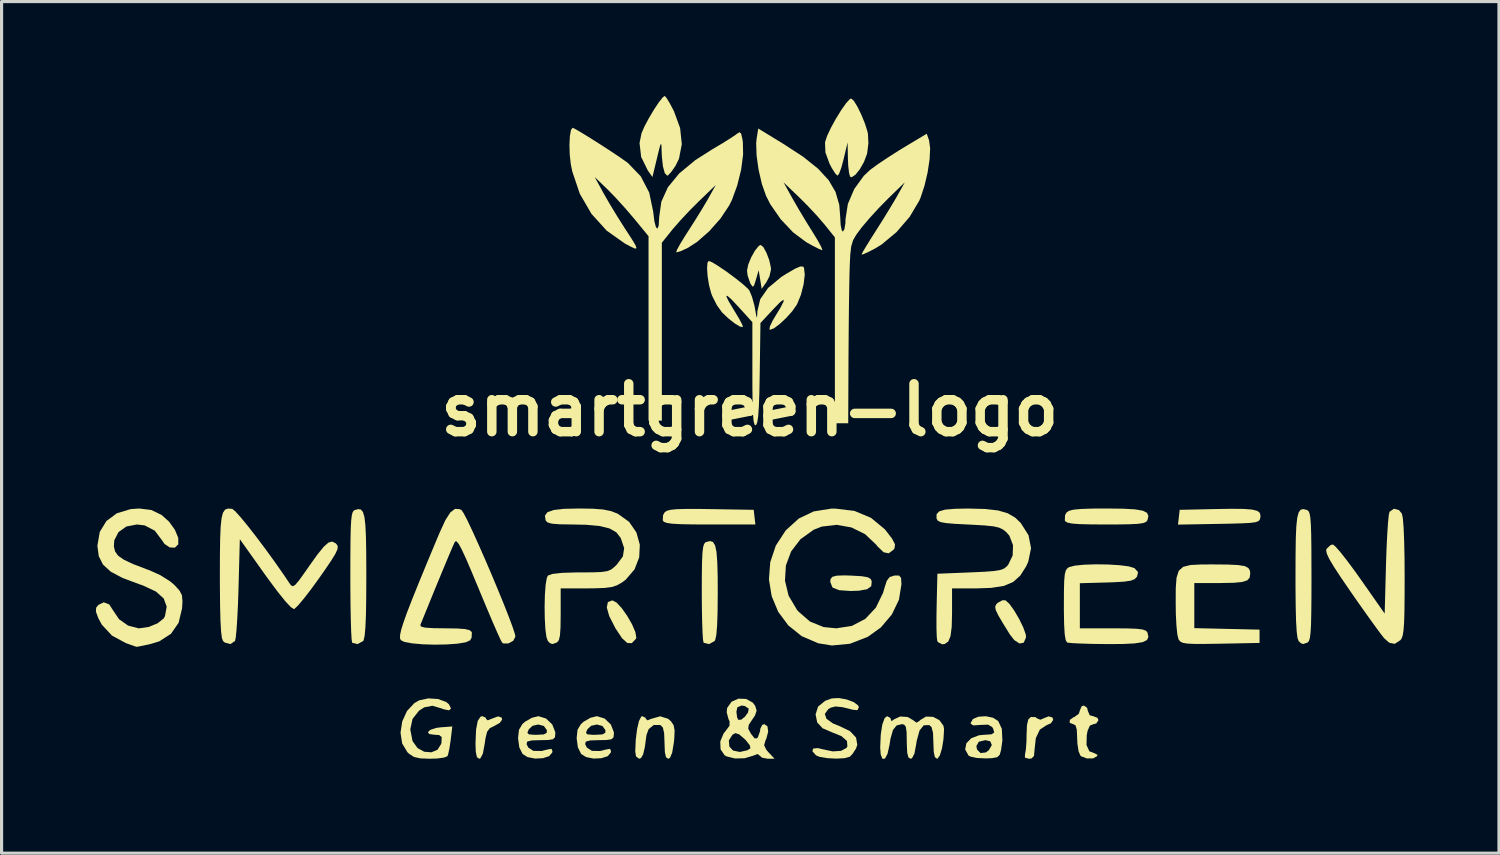
<source format=kicad_pcb>
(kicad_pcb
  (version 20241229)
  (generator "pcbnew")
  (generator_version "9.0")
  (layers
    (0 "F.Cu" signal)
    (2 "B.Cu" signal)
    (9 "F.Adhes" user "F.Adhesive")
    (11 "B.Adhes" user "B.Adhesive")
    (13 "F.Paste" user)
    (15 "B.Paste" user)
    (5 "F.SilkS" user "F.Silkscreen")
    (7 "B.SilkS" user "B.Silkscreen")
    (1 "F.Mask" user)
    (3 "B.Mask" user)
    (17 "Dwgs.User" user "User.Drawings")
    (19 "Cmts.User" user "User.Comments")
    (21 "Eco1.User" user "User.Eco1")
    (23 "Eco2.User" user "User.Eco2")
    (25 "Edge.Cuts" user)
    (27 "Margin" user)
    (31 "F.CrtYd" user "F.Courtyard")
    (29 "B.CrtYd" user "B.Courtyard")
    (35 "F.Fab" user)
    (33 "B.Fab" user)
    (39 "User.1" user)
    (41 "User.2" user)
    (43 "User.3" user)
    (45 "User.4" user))
  (footprint "smartgreen-logo"
    (layer "F.Cu")
    (at 20.791 9.988)
    (property "Reference" "smartgreen-logo" (at 0 0 0) (layer "F.SilkS") (effects (font (size 1.524 1.524) (thickness 0.3))))
    (attr board_only exclude_from_pos_files exclude_from_bom)
    (fp_poly (pts (xy -4.234 6.124) (xy -4.067 6.304) (xy -3.894 6.55) (xy -3.741 6.817) (xy -3.636 7.062) (xy -3.606 7.239) (xy -3.619 7.278) (xy -3.749 7.414) (xy -3.891 7.411) (xy -4.058 7.26) (xy -4.262 6.954) (xy -4.273 6.936) (xy -4.466 6.557) (xy -4.545 6.279) (xy -4.509 6.108) (xy -4.367 6.054)) (stroke (width 0) (type solid)) (fill yes) (layer "F.SilkS"))
    (fp_poly (pts (xy 3.236 5.267) (xy 3.561 5.286) (xy 3.753 5.318) (xy 3.848 5.374) (xy 3.881 5.451) (xy 3.865 5.604) (xy 3.735 5.7) (xy 3.472 5.747) (xy 3.207 5.756) (xy 2.848 5.731) (xy 2.646 5.652) (xy 2.626 5.631) (xy 2.561 5.463) (xy 2.572 5.374) (xy 2.632 5.304) (xy 2.77 5.268) (xy 3.019 5.26)) (stroke (width 0) (type solid)) (fill yes) (layer "F.SilkS"))
    (fp_poly (pts (xy -1.573 3.147) (xy -1.237 3.152) (xy 0.127 3.175) (xy 0.154 3.408) (xy 0.181 3.641) (xy -1.267 3.641) (xy -1.807 3.639) (xy -2.2 3.631) (xy -2.469 3.616) (xy -2.638 3.591) (xy -2.73 3.555) (xy -2.764 3.513) (xy -2.756 3.346) (xy -2.707 3.257) (xy -2.64 3.208) (xy -2.518 3.174) (xy -2.316 3.154) (xy -2.009 3.146)) (stroke (width 0) (type solid)) (fill yes) (layer "F.SilkS"))
    (fp_poly (pts (xy 8.134 6.053) (xy 8.257 6.162) (xy 8.411 6.377) (xy 8.569 6.646) (xy 8.701 6.918) (xy 8.78 7.14) (xy 8.788 7.231) (xy 8.715 7.399) (xy 8.581 7.426) (xy 8.414 7.318) (xy 8.274 7.139) (xy 8.049 6.775) (xy 7.903 6.526) (xy 7.826 6.365) (xy 7.806 6.263) (xy 7.833 6.191) (xy 7.883 6.135) (xy 8.037 6.05)) (stroke (width 0) (type solid)) (fill yes) (layer "F.SilkS"))
    (fp_poly (pts (xy 15.711 3.146) (xy 15.98 3.167) (xy 16.144 3.209) (xy 16.225 3.275) (xy 16.244 3.369) (xy 16.24 3.411) (xy 16.224 3.482) (xy 16.181 3.533) (xy 16.087 3.568) (xy 15.915 3.591) (xy 15.641 3.605) (xy 15.239 3.616) (xy 14.917 3.622) (xy 13.62 3.645) (xy 13.647 3.41) (xy 13.674 3.175) (xy 14.774 3.151) (xy 15.317 3.142)) (stroke (width 0) (type solid)) (fill yes) (layer "F.SilkS"))
    (fp_poly (pts (xy 0.437 -5.176) (xy 0.535 -4.995) (xy 0.622 -4.764) (xy 0.672 -4.539) (xy 0.677 -4.467) (xy 0.629 -4.253) (xy 0.529 -4.062) (xy 0.381 -3.852) (xy 0.333 -4.149) (xy 0.285 -4.445) (xy 0.2 -4.149) (xy 0.14 -3.961) (xy 0.095 -3.919) (xy 0.033 -4.004) (xy 0.015 -4.037) (xy -0.066 -4.275) (xy -0.085 -4.435) (xy -0.046 -4.626) (xy 0.049 -4.857) (xy 0.171 -5.073) (xy 0.29 -5.219) (xy 0.351 -5.249)) (stroke (width 0) (type solid)) (fill yes) (layer "F.SilkS"))
    (fp_poly (pts (xy 9.628 9.778) (xy 9.652 9.854) (xy 9.58 9.961) (xy 9.437 10.026) (xy 9.228 10.162) (xy 9.099 10.436) (xy 9.059 10.801) (xy 9.041 11.001) (xy 8.965 11.081) (xy 8.881 11.091) (xy 8.752 11.056) (xy 8.754 10.957) (xy 8.782 10.803) (xy 8.801 10.544) (xy 8.805 10.32) (xy 8.818 10.014) (xy 8.86 9.84) (xy 8.941 9.764) (xy 9.086 9.765) (xy 9.134 9.805) (xy 9.243 9.85) (xy 9.316 9.818) (xy 9.505 9.743)) (stroke (width 0) (type solid)) (fill yes) (layer "F.SilkS"))
    (fp_poly (pts (xy -8.393 9.787) (xy -8.382 9.824) (xy -8.33 9.869) (xy -8.218 9.824) (xy -8.001 9.743) (xy -7.888 9.782) (xy -7.874 9.845) (xy -7.945 9.948) (xy -8.116 10.045) (xy -8.121 10.047) (xy -8.265 10.119) (xy -8.35 10.232) (xy -8.401 10.435) (xy -8.427 10.616) (xy -8.486 10.929) (xy -8.564 11.077) (xy -8.603 11.091) (xy -8.674 11.04) (xy -8.711 10.871) (xy -8.72 10.604) (xy -8.702 10.169) (xy -8.649 9.888) (xy -8.559 9.753) (xy -8.499 9.737)) (stroke (width 0) (type solid)) (fill yes) (layer "F.SilkS"))
    (fp_poly (pts (xy 11.874 3.139) (xy 12.253 3.16) (xy 12.501 3.202) (xy 12.636 3.271) (xy 12.679 3.371) (xy 12.65 3.503) (xy 12.609 3.557) (xy 12.517 3.595) (xy 12.349 3.62) (xy 12.079 3.634) (xy 11.682 3.64) (xy 11.334 3.641) (xy 10.833 3.638) (xy 10.477 3.629) (xy 10.241 3.61) (xy 10.102 3.58) (xy 10.034 3.536) (xy 10.021 3.513) (xy 10.028 3.346) (xy 10.076 3.259) (xy 10.154 3.206) (xy 10.302 3.169) (xy 10.545 3.147) (xy 10.909 3.135) (xy 11.345 3.133)) (stroke (width 0) (type solid)) (fill yes) (layer "F.SilkS"))
    (fp_poly (pts (xy -1.168 4.198) (xy -1.101 4.307) (xy -1.056 4.514) (xy -1.031 4.838) (xy -1.018 5.296) (xy -1.016 5.793) (xy -1.021 6.401) (xy -1.036 6.85) (xy -1.061 7.152) (xy -1.098 7.317) (xy -1.118 7.349) (xy -1.294 7.445) (xy -1.455 7.406) (xy -1.468 7.394) (xy -1.486 7.295) (xy -1.501 7.055) (xy -1.513 6.701) (xy -1.521 6.261) (xy -1.524 5.795) (xy -1.522 5.241) (xy -1.516 4.833) (xy -1.503 4.549) (xy -1.482 4.366) (xy -1.45 4.26) (xy -1.406 4.208) (xy -1.386 4.199) (xy -1.261 4.168)) (stroke (width 0) (type solid)) (fill yes) (layer "F.SilkS"))
    (fp_poly (pts (xy -2.642 -9.92) (xy -2.533 -9.739) (xy -2.41 -9.504) (xy -2.213 -8.967) (xy -2.159 -8.454) (xy -2.249 -7.989) (xy -2.358 -7.768) (xy -2.491 -7.575) (xy -2.596 -7.463) (xy -2.622 -7.451) (xy -2.7 -7.53) (xy -2.76 -7.75) (xy -2.795 -8.081) (xy -2.8 -8.213) (xy -2.806 -8.402) (xy -2.819 -8.472) (xy -2.848 -8.409) (xy -2.902 -8.202) (xy -2.95 -8.001) (xy -3.093 -7.408) (xy -3.242 -7.62) (xy -3.452 -8.047) (xy -3.503 -8.49) (xy -3.44 -8.801) (xy -3.347 -9.017) (xy -3.206 -9.28) (xy -3.045 -9.551) (xy -2.888 -9.787) (xy -2.762 -9.945) (xy -2.702 -9.988)) (stroke (width 0) (type solid)) (fill yes) (layer "F.SilkS"))
    (fp_poly (pts (xy -12.364 3.166) (xy -12.299 3.243) (xy -12.253 3.401) (xy -12.222 3.655) (xy -12.204 4.025) (xy -12.195 4.527) (xy -12.192 5.178) (xy -12.192 5.285) (xy -12.195 5.981) (xy -12.204 6.521) (xy -12.221 6.916) (xy -12.245 7.178) (xy -12.277 7.321) (xy -12.294 7.349) (xy -12.47 7.445) (xy -12.631 7.406) (xy -12.644 7.394) (xy -12.659 7.297) (xy -12.673 7.055) (xy -12.685 6.691) (xy -12.694 6.229) (xy -12.699 5.693) (xy -12.7 5.287) (xy -12.699 4.639) (xy -12.695 4.14) (xy -12.687 3.771) (xy -12.673 3.512) (xy -12.652 3.343) (xy -12.623 3.243) (xy -12.584 3.194) (xy -12.562 3.183) (xy -12.451 3.152)) (stroke (width 0) (type solid)) (fill yes) (layer "F.SilkS"))
    (fp_poly (pts (xy 10.729 9.469) (xy 10.753 9.567) (xy 10.813 9.709) (xy 10.922 9.737) (xy 11.06 9.79) (xy 11.091 9.864) (xy 11.021 9.969) (xy 10.933 9.991) (xy 10.819 10.036) (xy 10.747 10.197) (xy 10.719 10.339) (xy 10.711 10.654) (xy 10.802 10.854) (xy 10.98 10.922) (xy 11.059 10.966) (xy 11.049 11.007) (xy 10.92 11.079) (xy 10.723 11.081) (xy 10.545 11.014) (xy 10.516 10.99) (xy 10.458 10.852) (xy 10.421 10.61) (xy 10.414 10.439) (xy 10.402 10.164) (xy 10.359 10.025) (xy 10.287 9.991) (xy 10.174 9.947) (xy 10.181 9.854) (xy 10.3 9.77) (xy 10.329 9.761) (xy 10.468 9.658) (xy 10.499 9.557) (xy 10.554 9.426) (xy 10.626 9.398)) (stroke (width 0) (type solid)) (fill yes) (layer "F.SilkS"))
    (fp_poly (pts (xy 17.709 3.176) (xy 17.727 3.183) (xy 17.77 3.215) (xy 17.804 3.288) (xy 17.828 3.422) (xy 17.845 3.636) (xy 17.856 3.951) (xy 17.862 4.385) (xy 17.864 4.96) (xy 17.865 5.292) (xy 17.864 5.942) (xy 17.859 6.443) (xy 17.851 6.814) (xy 17.836 7.074) (xy 17.815 7.244) (xy 17.786 7.343) (xy 17.747 7.391) (xy 17.731 7.399) (xy 17.6 7.444) (xy 17.526 7.415) (xy 17.458 7.349) (xy 17.422 7.256) (xy 17.395 7.048) (xy 17.375 6.713) (xy 17.363 6.24) (xy 17.357 5.615) (xy 17.357 5.285) (xy 17.359 4.611) (xy 17.366 4.089) (xy 17.383 3.701) (xy 17.412 3.431) (xy 17.456 3.261) (xy 17.518 3.173) (xy 17.602 3.151)) (stroke (width 0) (type solid)) (fill yes) (layer "F.SilkS"))
    (fp_poly (pts (xy 3.31 -9.833) (xy 3.426 -9.646) (xy 3.551 -9.389) (xy 3.665 -9.11) (xy 3.745 -8.853) (xy 3.76 -8.785) (xy 3.775 -8.486) (xy 3.736 -8.169) (xy 3.726 -8.131) (xy 3.633 -7.885) (xy 3.502 -7.656) (xy 3.363 -7.482) (xy 3.244 -7.403) (xy 3.195 -7.416) (xy 3.161 -7.529) (xy 3.134 -7.756) (xy 3.123 -7.994) (xy 3.113 -8.509) (xy 2.988 -7.98) (xy 2.915 -7.708) (xy 2.844 -7.517) (xy 2.794 -7.451) (xy 2.721 -7.52) (xy 2.609 -7.698) (xy 2.537 -7.837) (xy 2.408 -8.191) (xy 2.395 -8.5) (xy 2.399 -8.524) (xy 2.46 -8.713) (xy 2.582 -8.972) (xy 2.739 -9.259) (xy 2.909 -9.534) (xy 3.066 -9.757) (xy 3.187 -9.888) (xy 3.226 -9.906)) (stroke (width 0) (type solid)) (fill yes) (layer "F.SilkS"))
    (fp_poly (pts (xy 15.204 4.915) (xy 15.532 4.931) (xy 15.742 4.965) (xy 15.859 5.025) (xy 15.909 5.115) (xy 15.917 5.207) (xy 15.898 5.333) (xy 15.822 5.418) (xy 15.663 5.469) (xy 15.394 5.495) (xy 14.987 5.503) (xy 14.894 5.503) (xy 14.139 5.503) (xy 14.139 6.937) (xy 16.214 6.985) (xy 16.214 7.408) (xy 14.969 7.432) (xy 14.484 7.439) (xy 14.141 7.439) (xy 13.913 7.428) (xy 13.772 7.404) (xy 13.691 7.363) (xy 13.643 7.302) (xy 13.636 7.289) (xy 13.6 7.141) (xy 13.571 6.864) (xy 13.552 6.501) (xy 13.547 6.15) (xy 13.549 5.669) (xy 13.574 5.332) (xy 13.644 5.114) (xy 13.784 4.988) (xy 14.02 4.929) (xy 14.375 4.912) (xy 14.731 4.911)) (stroke (width 0) (type solid)) (fill yes) (layer "F.SilkS"))
    (fp_poly (pts (xy -3.312 9.788) (xy -3.302 9.824) (xy -3.25 9.869) (xy -3.138 9.824) (xy -2.847 9.741) (xy -2.594 9.82) (xy -2.502 9.901) (xy -2.419 10.026) (xy -2.387 10.192) (xy -2.399 10.452) (xy -2.412 10.579) (xy -2.466 10.899) (xy -2.535 11.062) (xy -2.591 11.091) (xy -2.661 11.044) (xy -2.698 10.883) (xy -2.709 10.581) (xy -2.709 10.581) (xy -2.721 10.275) (xy -2.761 10.1) (xy -2.839 10.02) (xy -2.848 10.017) (xy -3.05 10.017) (xy -3.213 10.147) (xy -3.283 10.338) (xy -3.334 10.718) (xy -3.389 10.953) (xy -3.456 11.068) (xy -3.518 11.091) (xy -3.615 11.016) (xy -3.64 10.858) (xy -3.623 10.481) (xy -3.581 10.146) (xy -3.521 9.89) (xy -3.449 9.751) (xy -3.417 9.737)) (stroke (width 0) (type solid)) (fill yes) (layer "F.SilkS"))
    (fp_poly (pts (xy 7.737 9.786) (xy 7.903 9.892) (xy 8.018 10.139) (xy 8.036 10.508) (xy 7.993 10.816) (xy 7.951 10.965) (xy 7.872 11.041) (xy 7.707 11.072) (xy 7.501 11.08) (xy 7.23 11.067) (xy 7.024 11.024) (xy 6.959 10.989) (xy 6.852 10.794) (xy 6.873 10.687) (xy 7.208 10.687) (xy 7.229 10.799) (xy 7.342 10.91) (xy 7.509 10.89) (xy 7.603 10.82) (xy 7.7 10.656) (xy 7.65 10.537) (xy 7.498 10.499) (xy 7.287 10.549) (xy 7.208 10.687) (xy 6.873 10.687) (xy 6.889 10.6) (xy 7.045 10.439) (xy 7.297 10.343) (xy 7.457 10.329) (xy 7.69 10.314) (xy 7.777 10.256) (xy 7.741 10.132) (xy 7.712 10.084) (xy 7.581 10.006) (xy 7.332 10.015) (xy 7.117 10.031) (xy 7.032 9.981) (xy 7.027 9.952) (xy 7.099 9.826) (xy 7.278 9.753) (xy 7.509 9.739)) (stroke (width 0) (type solid)) (fill yes) (layer "F.SilkS"))
    (fp_poly (pts (xy 3.083 9.205) (xy 3.308 9.29) (xy 3.449 9.396) (xy 3.471 9.454) (xy 3.427 9.546) (xy 3.281 9.533) (xy 2.949 9.45) (xy 2.727 9.428) (xy 2.571 9.469) (xy 2.498 9.515) (xy 2.389 9.665) (xy 2.441 9.82) (xy 2.646 9.967) (xy 2.867 10.057) (xy 3.192 10.215) (xy 3.382 10.418) (xy 3.422 10.646) (xy 3.38 10.768) (xy 3.267 10.941) (xy 3.183 11.027) (xy 3.018 11.073) (xy 2.756 11.087) (xy 2.468 11.072) (xy 2.224 11.031) (xy 2.109 10.983) (xy 1.992 10.85) (xy 2.02 10.767) (xy 2.168 10.752) (xy 2.338 10.793) (xy 2.642 10.857) (xy 2.904 10.84) (xy 3.076 10.748) (xy 3.107 10.698) (xy 3.093 10.525) (xy 2.917 10.371) (xy 2.636 10.258) (xy 2.319 10.122) (xy 2.147 9.936) (xy 2.095 9.68) (xy 2.174 9.433) (xy 2.399 9.249) (xy 2.611 9.172) (xy 2.832 9.16)) (stroke (width 0) (type solid)) (fill yes) (layer "F.SilkS"))
    (fp_poly (pts (xy -6.476 9.812) (xy -6.279 10) (xy -6.183 10.244) (xy -6.181 10.287) (xy -6.193 10.408) (xy -6.257 10.471) (xy -6.414 10.495) (xy -6.646 10.499) (xy -6.932 10.508) (xy -7.074 10.545) (xy -7.095 10.626) (xy -7.04 10.736) (xy -6.879 10.84) (xy -6.619 10.844) (xy -6.448 10.801) (xy -6.305 10.774) (xy -6.273 10.845) (xy -6.279 10.893) (xy -6.378 11.009) (xy -6.58 11.074) (xy -6.829 11.085) (xy -7.065 11.038) (xy -7.222 10.94) (xy -7.327 10.729) (xy -7.366 10.435) (xy -7.348 10.265) (xy -7.07 10.265) (xy -7.024 10.315) (xy -6.853 10.329) (xy -6.77 10.329) (xy -6.548 10.317) (xy -6.455 10.267) (xy -6.45 10.181) (xy -6.546 10.049) (xy -6.721 10.002) (xy -6.907 10.043) (xy -7.025 10.155) (xy -7.07 10.265) (xy -7.348 10.265) (xy -7.337 10.169) (xy -7.229 9.988) (xy -7.143 9.912) (xy -6.926 9.788) (xy -6.72 9.737)) (stroke (width 0) (type solid)) (fill yes) (layer "F.SilkS"))
    (fp_poly (pts (xy -4.614 9.812) (xy -4.417 10) (xy -4.32 10.244) (xy -4.318 10.287) (xy -4.33 10.408) (xy -4.394 10.471) (xy -4.551 10.495) (xy -4.784 10.499) (xy -5.07 10.508) (xy -5.211 10.545) (xy -5.233 10.626) (xy -5.177 10.736) (xy -5.017 10.84) (xy -4.756 10.844) (xy -4.585 10.801) (xy -4.442 10.774) (xy -4.41 10.845) (xy -4.417 10.893) (xy -4.515 11.009) (xy -4.717 11.074) (xy -4.966 11.085) (xy -5.202 11.038) (xy -5.36 10.94) (xy -5.464 10.729) (xy -5.503 10.435) (xy -5.485 10.265) (xy -5.207 10.265) (xy -5.161 10.315) (xy -4.99 10.329) (xy -4.907 10.329) (xy -4.685 10.317) (xy -4.593 10.267) (xy -4.588 10.181) (xy -4.683 10.049) (xy -4.858 10.002) (xy -5.044 10.043) (xy -5.162 10.155) (xy -5.207 10.265) (xy -5.485 10.265) (xy -5.475 10.169) (xy -5.366 9.988) (xy -5.28 9.912) (xy -5.064 9.788) (xy -4.857 9.737)) (stroke (width 0) (type solid)) (fill yes) (layer "F.SilkS"))
    (fp_poly (pts (xy 20.647 3.183) (xy 20.74 3.296) (xy 20.77 3.437) (xy 20.794 3.728) (xy 20.812 4.151) (xy 20.824 4.688) (xy 20.828 5.319) (xy 20.828 5.322) (xy 20.826 5.946) (xy 20.821 6.421) (xy 20.81 6.77) (xy 20.791 7.014) (xy 20.765 7.175) (xy 20.728 7.273) (xy 20.695 7.318) (xy 20.513 7.437) (xy 20.337 7.401) (xy 20.178 7.26) (xy 20.075 7.13) (xy 19.896 6.887) (xy 19.659 6.558) (xy 19.383 6.169) (xy 19.133 5.811) (xy 18.812 5.342) (xy 18.581 4.99) (xy 18.431 4.738) (xy 18.352 4.567) (xy 18.332 4.459) (xy 18.346 4.414) (xy 18.471 4.297) (xy 18.544 4.276) (xy 18.627 4.342) (xy 18.787 4.524) (xy 19.004 4.8) (xy 19.259 5.144) (xy 19.423 5.375) (xy 20.193 6.474) (xy 20.235 4.909) (xy 20.252 4.407) (xy 20.274 3.959) (xy 20.298 3.596) (xy 20.323 3.346) (xy 20.346 3.239) (xy 20.487 3.139)) (stroke (width 0) (type solid)) (fill yes) (layer "F.SilkS"))
    (fp_poly (pts (xy -9.911 9.191) (xy -9.655 9.284) (xy -9.564 9.36) (xy -9.497 9.495) (xy -9.564 9.552) (xy -9.74 9.515) (xy -9.783 9.496) (xy -10.088 9.406) (xy -10.347 9.455) (xy -10.518 9.565) (xy -10.722 9.825) (xy -10.794 10.158) (xy -10.724 10.52) (xy -10.716 10.539) (xy -10.562 10.752) (xy -10.349 10.868) (xy -10.121 10.886) (xy -9.927 10.804) (xy -9.811 10.619) (xy -9.802 10.575) (xy -9.795 10.401) (xy -9.876 10.337) (xy -10.012 10.329) (xy -10.193 10.304) (xy -10.234 10.243) (xy -10.154 10.171) (xy -9.972 10.111) (xy -9.823 10.091) (xy -9.458 10.064) (xy -9.509 10.495) (xy -9.548 10.759) (xy -9.59 10.953) (xy -9.611 11.009) (xy -9.717 11.053) (xy -9.939 11.083) (xy -10.169 11.091) (xy -10.478 11.079) (xy -10.68 11.032) (xy -10.834 10.931) (xy -10.884 10.884) (xy -11.052 10.605) (xy -11.104 10.262) (xy -11.049 9.902) (xy -10.898 9.572) (xy -10.662 9.319) (xy -10.51 9.233) (xy -10.22 9.171)) (stroke (width 0) (type solid)) (fill yes) (layer "F.SilkS"))
    (fp_poly (pts (xy 11.388 4.913) (xy 11.753 4.935) (xy 12.048 4.972) (xy 12.227 5.025) (xy 12.239 5.033) (xy 12.35 5.155) (xy 12.32 5.29) (xy 12.31 5.308) (xy 12.241 5.38) (xy 12.117 5.428) (xy 11.906 5.459) (xy 11.574 5.478) (xy 11.357 5.485) (xy 10.499 5.509) (xy 10.499 6.943) (xy 11.548 6.943) (xy 11.995 6.946) (xy 12.301 6.957) (xy 12.493 6.98) (xy 12.6 7.019) (xy 12.648 7.076) (xy 12.65 7.08) (xy 12.679 7.217) (xy 12.634 7.316) (xy 12.494 7.383) (xy 12.241 7.423) (xy 11.857 7.442) (xy 11.356 7.444) (xy 10.925 7.439) (xy 10.55 7.428) (xy 10.268 7.415) (xy 10.112 7.399) (xy 10.097 7.395) (xy 10.05 7.322) (xy 10.018 7.138) (xy 9.999 6.823) (xy 9.991 6.361) (xy 9.991 6.219) (xy 9.993 5.758) (xy 10.001 5.437) (xy 10.02 5.228) (xy 10.053 5.103) (xy 10.104 5.032) (xy 10.154 4.998) (xy 10.336 4.95) (xy 10.634 4.92) (xy 11 4.908)) (stroke (width 0) (type solid)) (fill yes) (layer "F.SilkS"))
    (fp_poly (pts (xy 4.477 9.796) (xy 4.487 9.838) (xy 4.512 9.897) (xy 4.589 9.838) (xy 4.785 9.747) (xy 5.022 9.763) (xy 5.193 9.861) (xy 5.305 9.943) (xy 5.397 9.889) (xy 5.421 9.861) (xy 5.606 9.75) (xy 5.829 9.758) (xy 6.033 9.863) (xy 6.162 10.043) (xy 6.181 10.154) (xy 6.162 10.473) (xy 6.114 10.765) (xy 6.047 10.985) (xy 5.971 11.089) (xy 5.957 11.091) (xy 5.889 11.039) (xy 5.852 10.867) (xy 5.842 10.581) (xy 5.829 10.266) (xy 5.784 10.088) (xy 5.714 10.021) (xy 5.536 10.026) (xy 5.401 10.193) (xy 5.311 10.521) (xy 5.295 10.628) (xy 5.238 10.93) (xy 5.161 11.075) (xy 5.116 11.091) (xy 5.048 11.049) (xy 5.009 10.902) (xy 4.996 10.622) (xy 4.995 10.541) (xy 4.99 10.242) (xy 4.965 10.075) (xy 4.911 10.004) (xy 4.836 9.991) (xy 4.67 10.033) (xy 4.556 10.177) (xy 4.478 10.45) (xy 4.447 10.647) (xy 4.383 10.935) (xy 4.302 11.086) (xy 4.223 11.094) (xy 4.166 10.953) (xy 4.15 10.732) (xy 4.168 10.319) (xy 4.218 9.998) (xy 4.293 9.795) (xy 4.371 9.737)) (stroke (width 0) (type solid)) (fill yes) (layer "F.SilkS"))
    (fp_poly (pts (xy 7.488 3.148) (xy 7.899 3.195) (xy 8.208 3.285) (xy 8.448 3.427) (xy 8.62 3.594) (xy 8.867 3.983) (xy 8.947 4.396) (xy 8.858 4.827) (xy 8.793 4.97) (xy 8.606 5.265) (xy 8.381 5.468) (xy 8.084 5.594) (xy 7.683 5.657) (xy 7.219 5.673) (xy 6.435 5.673) (xy 6.435 6.46) (xy 6.424 6.899) (xy 6.386 7.193) (xy 6.313 7.366) (xy 6.198 7.442) (xy 6.119 7.451) (xy 5.989 7.383) (xy 5.964 7.34) (xy 5.949 7.216) (xy 5.94 6.96) (xy 5.939 6.61) (xy 5.945 6.218) (xy 5.969 5.207) (xy 7.014 5.165) (xy 7.455 5.145) (xy 7.758 5.122) (xy 7.958 5.091) (xy 8.085 5.045) (xy 8.173 4.976) (xy 8.22 4.922) (xy 8.362 4.628) (xy 8.374 4.3) (xy 8.259 4) (xy 8.166 3.891) (xy 8.057 3.802) (xy 7.93 3.741) (xy 7.75 3.7) (xy 7.48 3.672) (xy 7.085 3.649) (xy 6.96 3.643) (xy 6.534 3.621) (xy 6.248 3.597) (xy 6.074 3.566) (xy 5.982 3.521) (xy 5.944 3.457) (xy 5.94 3.439) (xy 5.944 3.311) (xy 6.027 3.223) (xy 6.213 3.169) (xy 6.523 3.142) (xy 6.943 3.134)) (stroke (width 0) (type solid)) (fill yes) (layer "F.SilkS"))
    (fp_poly (pts (xy 3.33 3.209) (xy 3.858 3.43) (xy 4.3 3.796) (xy 4.528 4.092) (xy 4.622 4.273) (xy 4.605 4.398) (xy 4.572 4.445) (xy 4.42 4.558) (xy 4.258 4.524) (xy 4.064 4.337) (xy 4.019 4.28) (xy 3.668 3.948) (xy 3.235 3.735) (xy 2.763 3.652) (xy 2.292 3.708) (xy 2.039 3.806) (xy 1.615 4.109) (xy 1.316 4.5) (xy 1.15 4.949) (xy 1.122 5.428) (xy 1.237 5.905) (xy 1.501 6.351) (xy 1.548 6.407) (xy 1.92 6.73) (xy 2.351 6.903) (xy 2.752 6.943) (xy 3.251 6.865) (xy 3.677 6.642) (xy 4.012 6.286) (xy 4.242 5.812) (xy 4.28 5.678) (xy 4.358 5.434) (xy 4.451 5.312) (xy 4.596 5.266) (xy 4.602 5.265) (xy 4.751 5.264) (xy 4.813 5.339) (xy 4.826 5.537) (xy 4.826 5.543) (xy 4.746 6.035) (xy 4.52 6.504) (xy 4.173 6.914) (xy 3.757 7.213) (xy 3.188 7.434) (xy 2.613 7.489) (xy 2.177 7.418) (xy 1.654 7.193) (xy 1.228 6.851) (xy 0.907 6.419) (xy 0.699 5.922) (xy 0.612 5.388) (xy 0.653 4.843) (xy 0.83 4.313) (xy 1.146 3.829) (xy 1.559 3.453) (xy 2.036 3.225) (xy 2.597 3.136) (xy 2.715 3.135)) (stroke (width 0) (type solid)) (fill yes) (layer "F.SilkS"))
    (fp_poly (pts (xy -16.489 3.141) (xy -16.451 3.148) (xy -16.358 3.223) (xy -16.187 3.413) (xy -15.956 3.694) (xy -15.684 4.043) (xy -15.39 4.435) (xy -15.092 4.846) (xy -14.808 5.253) (xy -14.645 5.496) (xy -14.584 5.579) (xy -14.525 5.605) (xy -14.448 5.557) (xy -14.329 5.416) (xy -14.149 5.165) (xy -14.01 4.965) (xy -13.742 4.59) (xy -13.543 4.346) (xy -13.394 4.215) (xy -13.276 4.184) (xy -13.17 4.238) (xy -13.139 4.266) (xy -13.1 4.33) (xy -13.108 4.423) (xy -13.173 4.569) (xy -13.308 4.79) (xy -13.526 5.11) (xy -13.693 5.348) (xy -13.947 5.699) (xy -14.177 5.996) (xy -14.36 6.213) (xy -14.475 6.324) (xy -14.492 6.332) (xy -14.588 6.273) (xy -14.764 6.086) (xy -15.008 5.783) (xy -15.309 5.379) (xy -15.415 5.232) (xy -16.214 4.109) (xy -16.256 5.674) (xy -16.273 6.177) (xy -16.295 6.624) (xy -16.319 6.987) (xy -16.344 7.238) (xy -16.367 7.345) (xy -16.512 7.444) (xy -16.691 7.396) (xy -16.747 7.349) (xy -16.783 7.256) (xy -16.81 7.048) (xy -16.83 6.713) (xy -16.842 6.24) (xy -16.848 5.615) (xy -16.849 5.285) (xy -16.847 4.616) (xy -16.84 4.098) (xy -16.824 3.713) (xy -16.795 3.443) (xy -16.751 3.268) (xy -16.687 3.172) (xy -16.601 3.136)) (stroke (width 0) (type solid)) (fill yes) (layer "F.SilkS"))
    (fp_poly (pts (xy -4.988 3.139) (xy -4.666 3.164) (xy -4.424 3.212) (xy -4.218 3.289) (xy -4.191 3.302) (xy -3.835 3.557) (xy -3.602 3.896) (xy -3.494 4.285) (xy -3.514 4.687) (xy -3.663 5.07) (xy -3.943 5.397) (xy -4.055 5.48) (xy -4.213 5.572) (xy -4.384 5.629) (xy -4.612 5.659) (xy -4.942 5.671) (xy -5.177 5.673) (xy -6.011 5.673) (xy -6.011 6.51) (xy -6.016 6.908) (xy -6.033 7.166) (xy -6.067 7.316) (xy -6.123 7.388) (xy -6.145 7.399) (xy -6.276 7.444) (xy -6.35 7.415) (xy -6.418 7.349) (xy -6.465 7.218) (xy -6.498 6.961) (xy -6.517 6.624) (xy -6.522 6.249) (xy -6.513 5.881) (xy -6.49 5.564) (xy -6.452 5.342) (xy -6.418 5.266) (xy -6.272 5.213) (xy -5.965 5.179) (xy -5.502 5.165) (xy -5.395 5.165) (xy -4.989 5.163) (xy -4.714 5.152) (xy -4.532 5.125) (xy -4.406 5.073) (xy -4.299 4.987) (xy -4.227 4.917) (xy -4.033 4.657) (xy -3.992 4.393) (xy -4.098 4.081) (xy -4.106 4.064) (xy -4.242 3.89) (xy -4.456 3.768) (xy -4.772 3.69) (xy -5.214 3.65) (xy -5.654 3.641) (xy -6.042 3.635) (xy -6.291 3.615) (xy -6.43 3.575) (xy -6.489 3.513) (xy -6.512 3.359) (xy -6.433 3.251) (xy -6.236 3.181) (xy -5.904 3.143) (xy -5.435 3.133)) (stroke (width 0) (type solid)) (fill yes) (layer "F.SilkS"))
    (fp_poly (pts (xy -9.219 3.155) (xy -9.165 3.183) (xy -9.097 3.282) (xy -8.977 3.512) (xy -8.818 3.847) (xy -8.631 4.26) (xy -8.426 4.725) (xy -8.215 5.216) (xy -8.01 5.706) (xy -7.821 6.168) (xy -7.66 6.578) (xy -7.537 6.907) (xy -7.465 7.131) (xy -7.451 7.208) (xy -7.519 7.339) (xy -7.671 7.423) (xy -7.827 7.426) (xy -7.875 7.396) (xy -7.926 7.299) (xy -8.031 7.069) (xy -8.178 6.732) (xy -8.357 6.31) (xy -8.558 5.829) (xy -8.619 5.682) (xy -8.85 5.128) (xy -9.027 4.716) (xy -9.16 4.431) (xy -9.255 4.257) (xy -9.321 4.179) (xy -9.366 4.181) (xy -9.379 4.201) (xy -9.446 4.346) (xy -9.572 4.641) (xy -9.754 5.078) (xy -9.99 5.649) (xy -10.275 6.348) (xy -10.474 6.837) (xy -10.452 6.888) (xy -10.324 6.921) (xy -10.068 6.938) (xy -9.701 6.943) (xy -9.305 6.948) (xy -9.049 6.967) (xy -8.903 7.004) (xy -8.839 7.063) (xy -8.836 7.071) (xy -8.843 7.238) (xy -8.891 7.325) (xy -9.028 7.387) (xy -9.29 7.431) (xy -9.635 7.456) (xy -10.019 7.463) (xy -10.401 7.451) (xy -10.738 7.421) (xy -10.986 7.374) (xy -11.096 7.318) (xy -11.121 7.257) (xy -11.118 7.153) (xy -11.083 6.991) (xy -11.011 6.759) (xy -10.898 6.442) (xy -10.737 6.027) (xy -10.525 5.5) (xy -10.256 4.847) (xy -9.926 4.055) (xy -9.86 3.9) (xy -9.677 3.502) (xy -9.518 3.255) (xy -9.37 3.144)) (stroke (width 0) (type solid)) (fill yes) (layer "F.SilkS"))
    (fp_poly (pts (xy -19.03 3.18) (xy -18.702 3.338) (xy -18.701 3.339) (xy -18.465 3.551) (xy -18.279 3.81) (xy -18.172 4.067) (xy -18.171 4.272) (xy -18.282 4.379) (xy -18.447 4.369) (xy -18.611 4.257) (xy -18.685 4.149) (xy -18.919 3.837) (xy -19.241 3.67) (xy -19.487 3.641) (xy -19.824 3.706) (xy -20.074 3.885) (xy -20.208 4.147) (xy -20.219 4.341) (xy -20.181 4.5) (xy -20.083 4.635) (xy -19.901 4.762) (xy -19.61 4.899) (xy -19.185 5.062) (xy -19.092 5.095) (xy -18.745 5.252) (xy -18.43 5.45) (xy -18.299 5.561) (xy -18.135 5.739) (xy -18.055 5.891) (xy -18.038 6.088) (xy -18.052 6.312) (xy -18.161 6.767) (xy -18.403 7.116) (xy -18.772 7.355) (xy -19.067 7.446) (xy -19.307 7.497) (xy -19.465 7.527) (xy -19.499 7.532) (xy -19.581 7.504) (xy -19.766 7.439) (xy -19.841 7.412) (xy -20.281 7.174) (xy -20.606 6.824) (xy -20.718 6.613) (xy -20.791 6.411) (xy -20.784 6.289) (xy -20.714 6.199) (xy -20.539 6.116) (xy -20.367 6.184) (xy -20.24 6.379) (xy -20.055 6.654) (xy -19.767 6.856) (xy -19.441 6.942) (xy -19.415 6.943) (xy -19.111 6.899) (xy -18.832 6.785) (xy -18.637 6.63) (xy -18.595 6.558) (xy -18.54 6.254) (xy -18.634 5.995) (xy -18.881 5.774) (xy -19.29 5.582) (xy -19.415 5.539) (xy -19.941 5.343) (xy -20.319 5.142) (xy -20.565 4.917) (xy -20.7 4.651) (xy -20.743 4.326) (xy -20.743 4.31) (xy -20.669 3.878) (xy -20.457 3.531) (xy -20.124 3.284) (xy -19.687 3.152) (xy -19.417 3.133)) (stroke (width 0) (type solid)) (fill yes) (layer "F.SilkS"))
    (fp_poly (pts (xy -0.114 9.188) (xy 0.099 9.306) (xy 0.175 9.409) (xy 0.221 9.561) (xy 0.167 9.719) (xy 0.087 9.837) (xy -0.029 10.011) (xy -0.047 10.132) (xy 0.029 10.278) (xy 0.045 10.303) (xy 0.156 10.442) (xy 0.233 10.441) (xy 0.262 10.404) (xy 0.329 10.216) (xy 0.337 10.139) (xy 0.398 10.014) (xy 0.466 9.991) (xy 0.565 10.059) (xy 0.588 10.228) (xy 0.531 10.448) (xy 0.501 10.512) (xy 0.459 10.661) (xy 0.53 10.807) (xy 0.6 10.888) (xy 0.792 11.091) (xy 0.572 11.091) (xy 0.396 11.058) (xy 0.321 10.995) (xy 0.254 10.94) (xy 0.107 10.995) (xy -0.161 11.075) (xy -0.469 11.082) (xy -0.735 11.016) (xy -0.799 10.979) (xy -0.926 10.792) (xy -0.936 10.542) (xy -0.922 10.508) (xy -0.663 10.508) (xy -0.646 10.704) (xy -0.529 10.83) (xy -0.312 10.875) (xy -0.074 10.821) (xy 0.022 10.76) (xy 0.007 10.671) (xy -0.106 10.521) (xy -0.166 10.46) (xy -0.34 10.312) (xy -0.455 10.277) (xy -0.547 10.327) (xy -0.663 10.508) (xy -0.922 10.508) (xy -0.831 10.288) (xy -0.765 10.206) (xy -0.643 10.043) (xy -0.639 9.905) (xy -0.675 9.826) (xy -0.731 9.616) (xy -0.729 9.596) (xy -0.423 9.596) (xy -0.4 9.774) (xy -0.365 9.852) (xy -0.271 9.849) (xy -0.15 9.753) (xy -0.053 9.618) (xy -0.032 9.502) (xy -0.037 9.491) (xy -0.161 9.413) (xy -0.259 9.398) (xy -0.392 9.454) (xy -0.423 9.596) (xy -0.729 9.596) (xy -0.719 9.479) (xy -0.579 9.279) (xy -0.359 9.18)) (stroke (width 0) (type solid)) (fill yes) (layer "F.SilkS"))
    (fp_poly (pts (xy -1.185 -4.692) (xy -0.977 -4.564) (xy -0.72 -4.388) (xy -0.454 -4.191) (xy -0.219 -4.004) (xy -0.056 -3.856) (xy -0.012 -3.803) (xy 0.073 -3.602) (xy 0.149 -3.326) (xy 0.168 -3.225) (xy 0.208 -3) (xy 0.229 -2.934) (xy 0.239 -3.016) (xy 0.244 -3.141) (xy 0.335 -3.523) (xy 0.586 -3.883) (xy 1.001 -4.227) (xy 1.157 -4.327) (xy 1.439 -4.491) (xy 1.611 -4.565) (xy 1.701 -4.559) (xy 1.727 -4.522) (xy 1.751 -4.302) (xy 1.714 -3.994) (xy 1.628 -3.66) (xy 1.507 -3.365) (xy 1.492 -3.34) (xy 1.35 -3.137) (xy 1.158 -2.924) (xy 0.954 -2.734) (xy 0.772 -2.598) (xy 0.65 -2.551) (xy 0.629 -2.56) (xy 0.641 -2.654) (xy 0.726 -2.835) (xy 0.785 -2.934) (xy 0.982 -3.261) (xy 1.079 -3.452) (xy 1.075 -3.508) (xy 0.97 -3.431) (xy 0.768 -3.224) (xy 0.342 -2.766) (xy 0.319 -1.157) (xy 0.308 -0.554) (xy 0.291 -0.104) (xy 0.269 0.208) (xy 0.239 0.398) (xy 0.201 0.481) (xy 0.191 0.487) (xy 0.153 0.463) (xy 0.124 0.351) (xy 0.105 0.133) (xy 0.092 -0.207) (xy 0.086 -0.686) (xy 0.085 -1.135) (xy 0.085 -2.792) (xy -0.339 -3.26) (xy -0.576 -3.513) (xy -0.711 -3.632) (xy -0.744 -3.617) (xy -0.674 -3.467) (xy -0.504 -3.181) (xy -0.472 -3.13) (xy -0.328 -2.889) (xy -0.235 -2.71) (xy -0.215 -2.636) (xy -0.307 -2.651) (xy -0.477 -2.754) (xy -0.682 -2.916) (xy -0.88 -3.104) (xy -0.883 -3.108) (xy -1.047 -3.338) (xy -1.193 -3.629) (xy -1.226 -3.717) (xy -1.294 -3.975) (xy -1.339 -4.255) (xy -1.356 -4.508) (xy -1.342 -4.685) (xy -1.303 -4.741)) (stroke (width 0) (type solid)) (fill yes) (layer "F.SilkS"))
    (fp_poly (pts (xy -5.541 -8.931) (xy -5.342 -8.815) (xy -5.071 -8.649) (xy -4.762 -8.453) (xy -4.449 -8.25) (xy -4.166 -8.062) (xy -3.948 -7.91) (xy -3.872 -7.854) (xy -3.464 -7.43) (xy -3.195 -6.913) (xy -3.069 -6.308) (xy -3.069 -6.304) (xy -3.03 -5.996) (xy -2.981 -5.813) (xy -2.932 -5.767) (xy -2.894 -5.866) (xy -2.879 -6.121) (xy -2.879 -6.131) (xy -2.81 -6.623) (xy -2.601 -7.084) (xy -2.242 -7.522) (xy -1.727 -7.948) (xy -1.18 -8.296) (xy -0.874 -8.477) (xy -0.613 -8.64) (xy -0.441 -8.756) (xy -0.412 -8.779) (xy -0.325 -8.834) (xy -0.272 -8.789) (xy -0.232 -8.613) (xy -0.218 -8.524) (xy -0.209 -8.126) (xy -0.272 -7.644) (xy -0.396 -7.141) (xy -0.565 -6.679) (xy -0.65 -6.507) (xy -0.929 -6.088) (xy -1.289 -5.682) (xy -1.679 -5.341) (xy -1.977 -5.15) (xy -2.182 -5.056) (xy -2.316 -5.015) (xy -2.337 -5.018) (xy -2.31 -5.099) (xy -2.207 -5.287) (xy -2.047 -5.548) (xy -1.962 -5.68) (xy -1.738 -6.03) (xy -1.517 -6.387) (xy -1.341 -6.685) (xy -1.315 -6.731) (xy -1.079 -7.154) (xy -1.607 -6.646) (xy -1.905 -6.349) (xy -2.201 -6.032) (xy -2.44 -5.759) (xy -2.465 -5.729) (xy -2.794 -5.319) (xy -2.794 0.339) (xy -3.217 0.339) (xy -3.217 -5.527) (xy -3.677 -6.087) (xy -3.953 -6.409) (xy -4.251 -6.738) (xy -4.511 -7.006) (xy -4.533 -7.027) (xy -4.929 -7.408) (xy -4.651 -6.9) (xy -4.461 -6.568) (xy -4.225 -6.178) (xy -3.994 -5.813) (xy -3.986 -5.8) (xy -3.765 -5.461) (xy -3.636 -5.248) (xy -3.598 -5.144) (xy -3.65 -5.133) (xy -3.792 -5.199) (xy -3.971 -5.295) (xy -4.549 -5.704) (xy -5.032 -6.238) (xy -5.402 -6.874) (xy -5.643 -7.588) (xy -5.69 -7.822) (xy -5.723 -8.124) (xy -5.732 -8.435) (xy -5.718 -8.711) (xy -5.683 -8.906) (xy -5.633 -8.975)) (stroke (width 0) (type solid)) (fill yes) (layer "F.SilkS"))
    (fp_poly (pts (xy 1.084 -8.455) (xy 1.703 -8.051) (xy 2.173 -7.675) (xy 2.511 -7.308) (xy 2.731 -6.931) (xy 2.849 -6.524) (xy 2.879 -6.131) (xy 2.893 -5.878) (xy 2.929 -5.712) (xy 2.963 -5.673) (xy 3.012 -5.749) (xy 3.043 -5.942) (xy 3.048 -6.079) (xy 3.122 -6.553) (xy 3.326 -7.029) (xy 3.631 -7.45) (xy 3.833 -7.639) (xy 4.064 -7.808) (xy 4.387 -8.025) (xy 4.747 -8.254) (xy 4.906 -8.351) (xy 5.63 -8.786) (xy 5.705 -8.571) (xy 5.739 -8.322) (xy 5.72 -7.965) (xy 5.657 -7.55) (xy 5.558 -7.128) (xy 5.432 -6.749) (xy 5.392 -6.656) (xy 5.085 -6.14) (xy 4.669 -5.657) (xy 4.195 -5.263) (xy 3.981 -5.132) (xy 3.753 -5.014) (xy 3.599 -4.949) (xy 3.556 -4.945) (xy 3.599 -5.031) (xy 3.715 -5.225) (xy 3.883 -5.496) (xy 4.007 -5.691) (xy 4.236 -6.052) (xy 4.459 -6.416) (xy 4.642 -6.722) (xy 4.695 -6.816) (xy 4.932 -7.239) (xy 4.409 -6.731) (xy 4.111 -6.428) (xy 3.812 -6.101) (xy 3.57 -5.816) (xy 3.549 -5.789) (xy 3.387 -5.571) (xy 3.286 -5.395) (xy 3.229 -5.206) (xy 3.199 -4.951) (xy 3.182 -4.603) (xy 3.173 -4.303) (xy 3.165 -3.868) (xy 3.157 -3.333) (xy 3.15 -2.732) (xy 3.145 -2.099) (xy 3.142 -1.714) (xy 3.133 0.423) (xy 2.709 0.423) (xy 2.709 -5.488) (xy 2.38 -5.898) (xy 2.146 -6.17) (xy 1.851 -6.486) (xy 1.564 -6.773) (xy 1.076 -7.239) (xy 1.359 -6.731) (xy 1.554 -6.391) (xy 1.79 -5.998) (xy 2.005 -5.652) (xy 2.166 -5.388) (xy 2.274 -5.188) (xy 2.312 -5.087) (xy 2.307 -5.081) (xy 2.205 -5.12) (xy 2.005 -5.222) (xy 1.8 -5.336) (xy 1.384 -5.645) (xy 0.987 -6.065) (xy 0.656 -6.542) (xy 0.521 -6.807) (xy 0.387 -7.188) (xy 0.283 -7.638) (xy 0.219 -8.091) (xy 0.206 -8.482) (xy 0.219 -8.619) (xy 0.272 -8.95)) (stroke (width 0) (type solid)) (fill yes) (layer "F.SilkS")))
  (gr_rect
    (start -3 -3)
    (end 44.619 24.082)
    (stroke (width 0.1) (type default))
    (fill no)
    (layer "Edge.Cuts")))
</source>
